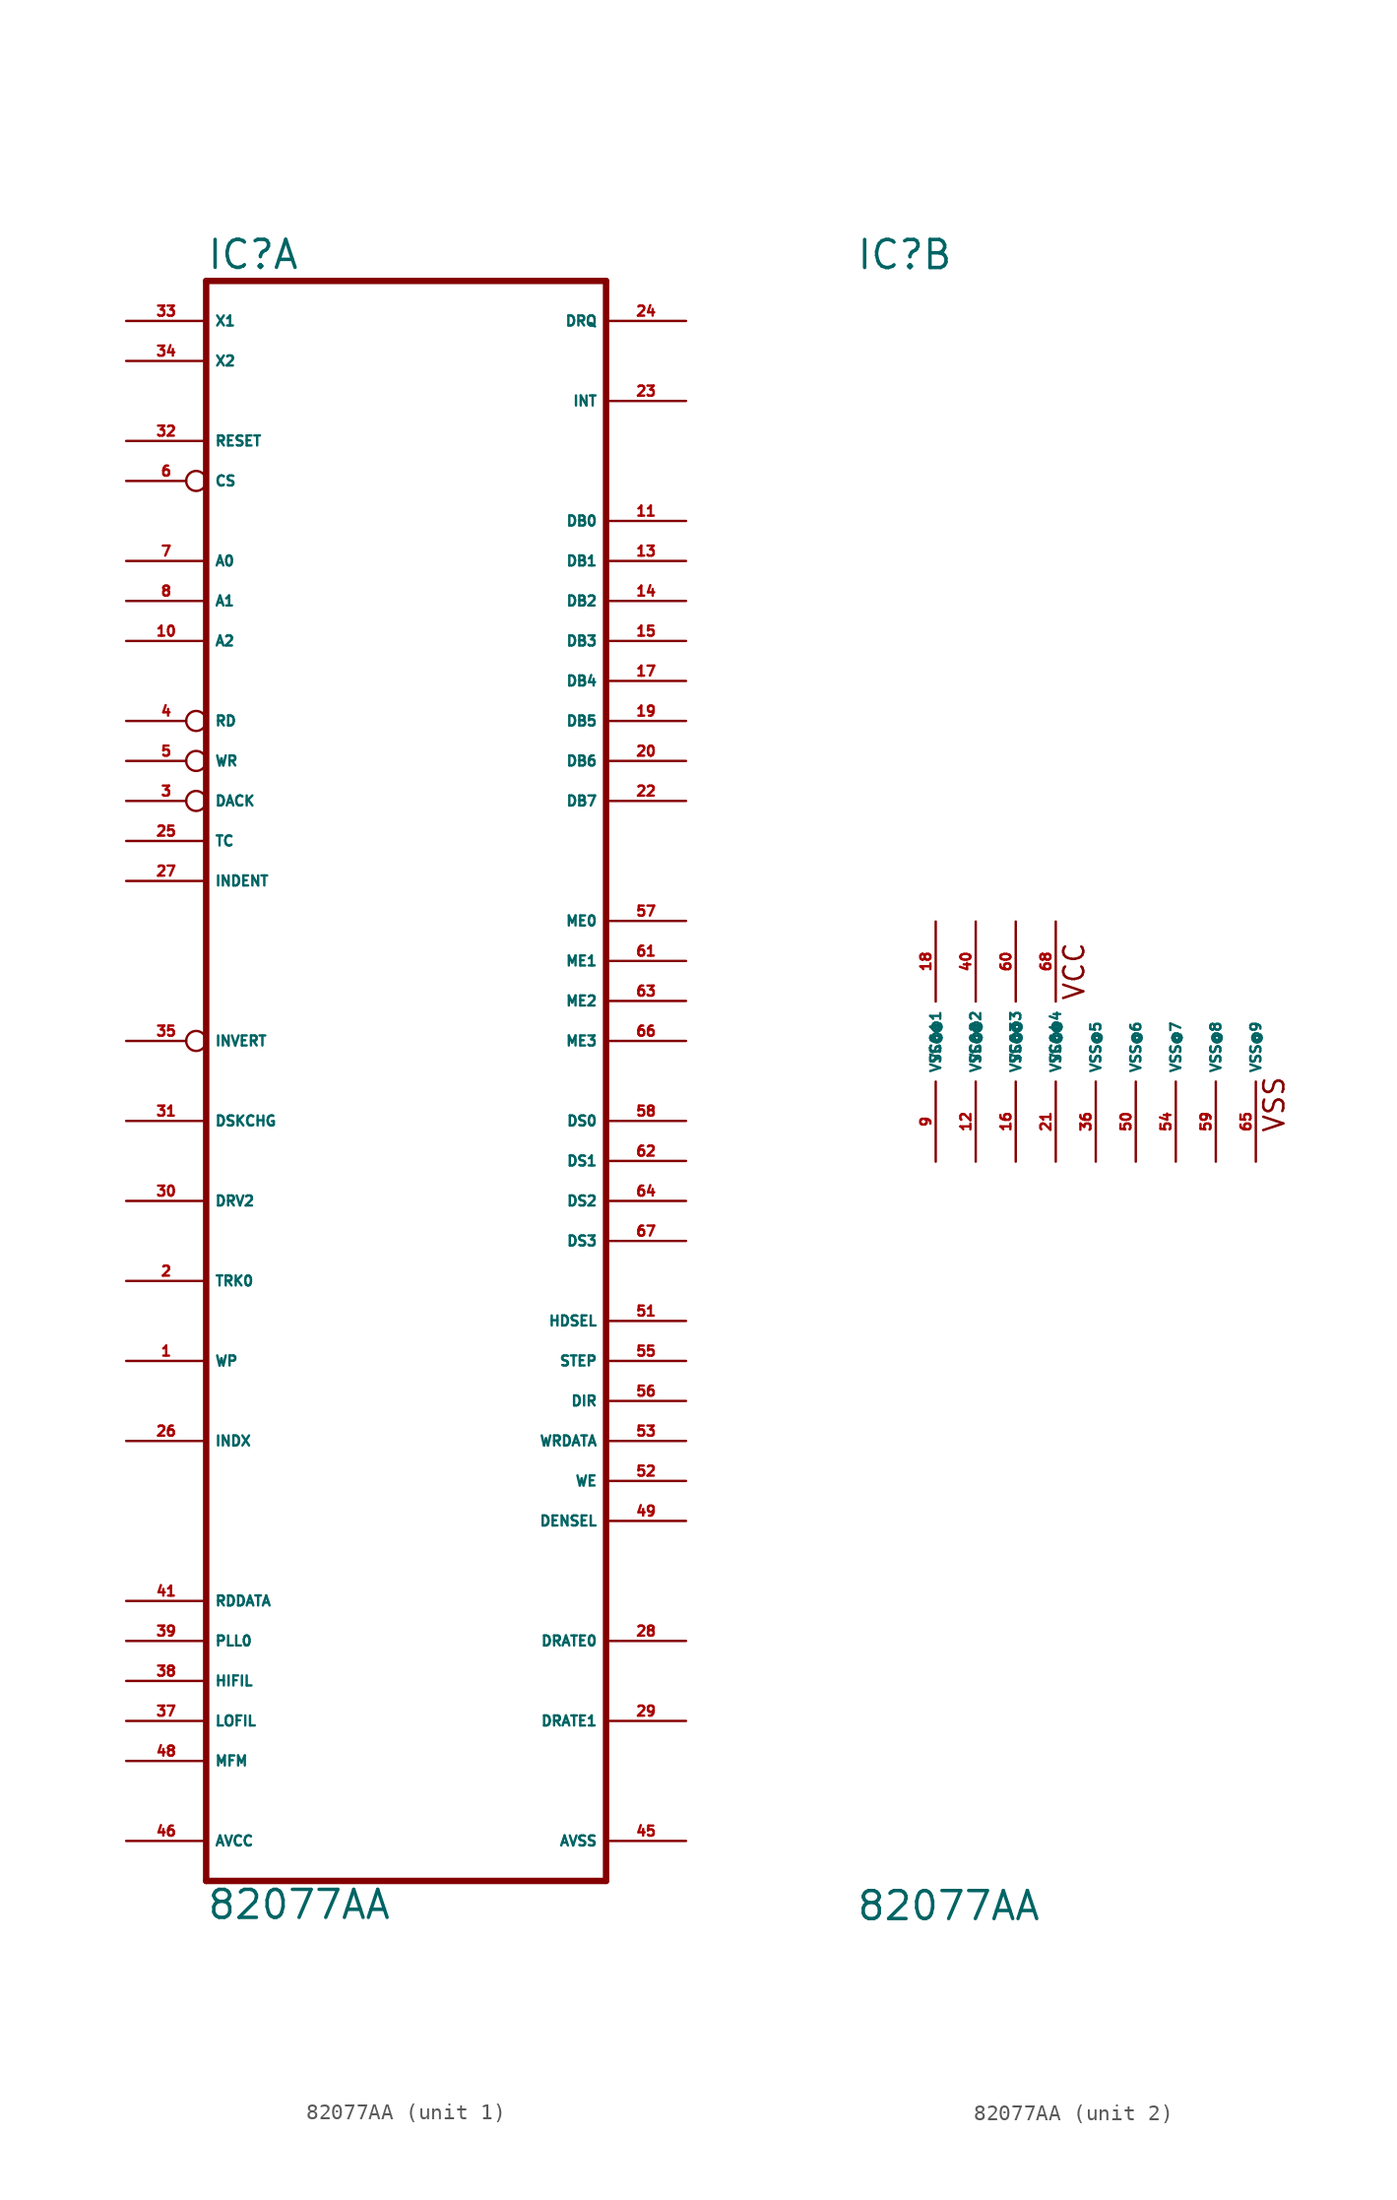
<source format=kicad_sym>
(kicad_symbol_lib
  (version 20220914)
  (generator Eagle2Kicad)
  (symbol "82077AA"
    (property "Reference" "IC"
      (at -12.7 48.895 0)
      (effects (font (size 1.778 1.778) (thickness 0.22)) (justify left bottom)))
    (property "Value" "82077AA"
      (at -12.7 -55.88 0)
      (effects (font (size 1.778 1.778) (thickness 0.22)) (justify left bottom)))
    (symbol "82077AA_1_0"
      (polyline (pts (xy -12.7 -53.34) (xy 12.7 -53.34)) (stroke (width 0.406) (type default)) (fill (type none)))
      (polyline (pts (xy 12.7 48.26) (xy 12.7 -53.34)) (stroke (width 0.406) (type default)) (fill (type none)))
      (polyline (pts (xy 12.7 48.26) (xy -12.7 48.26)) (stroke (width 0.406) (type default)) (fill (type none)))
      (polyline (pts (xy -12.7 -53.34) (xy -12.7 48.26)) (stroke (width 0.406) (type default)) (fill (type none)))
      (pin bidirectional line (at 17.78 33.02 180) (length 5.08) (name "DB0" (effects (font (size 0.635 0.635) (thickness 0.08)) (justify left bottom))) (number "11" (effects (font (size 0.635 0.635) (thickness 0.08)) (justify left bottom))))
      (pin bidirectional line (at 17.78 30.48 180) (length 5.08) (name "DB1" (effects (font (size 0.635 0.635) (thickness 0.08)) (justify left bottom))) (number "13" (effects (font (size 0.635 0.635) (thickness 0.08)) (justify left bottom))))
      (pin bidirectional line (at 17.78 27.94 180) (length 5.08) (name "DB2" (effects (font (size 0.635 0.635) (thickness 0.08)) (justify left bottom))) (number "14" (effects (font (size 0.635 0.635) (thickness 0.08)) (justify left bottom))))
      (pin bidirectional line (at 17.78 25.4 180) (length 5.08) (name "DB3" (effects (font (size 0.635 0.635) (thickness 0.08)) (justify left bottom))) (number "15" (effects (font (size 0.635 0.635) (thickness 0.08)) (justify left bottom))))
      (pin bidirectional line (at 17.78 22.86 180) (length 5.08) (name "DB4" (effects (font (size 0.635 0.635) (thickness 0.08)) (justify left bottom))) (number "17" (effects (font (size 0.635 0.635) (thickness 0.08)) (justify left bottom))))
      (pin bidirectional line (at 17.78 20.32 180) (length 5.08) (name "DB5" (effects (font (size 0.635 0.635) (thickness 0.08)) (justify left bottom))) (number "19" (effects (font (size 0.635 0.635) (thickness 0.08)) (justify left bottom))))
      (pin bidirectional line (at 17.78 17.78 180) (length 5.08) (name "DB6" (effects (font (size 0.635 0.635) (thickness 0.08)) (justify left bottom))) (number "20" (effects (font (size 0.635 0.635) (thickness 0.08)) (justify left bottom))))
      (pin bidirectional line (at 17.78 15.24 180) (length 5.08) (name "DB7" (effects (font (size 0.635 0.635) (thickness 0.08)) (justify left bottom))) (number "22" (effects (font (size 0.635 0.635) (thickness 0.08)) (justify left bottom))))
      (pin input line (at -17.78 38.1 0) (length 5.08) (name "RESET" (effects (font (size 0.635 0.635) (thickness 0.08)) (justify left bottom))) (number "32" (effects (font (size 0.635 0.635) (thickness 0.08)) (justify left bottom))))
      (pin input inverted (at -17.78 35.56 0) (length 5.08) (name "CS" (effects (font (size 0.635 0.635) (thickness 0.08)) (justify left bottom))) (number "6" (effects (font (size 0.635 0.635) (thickness 0.08)) (justify left bottom))))
      (pin input line (at -17.78 30.48 0) (length 5.08) (name "A0" (effects (font (size 0.635 0.635) (thickness 0.08)) (justify left bottom))) (number "7" (effects (font (size 0.635 0.635) (thickness 0.08)) (justify left bottom))))
      (pin input line (at -17.78 27.94 0) (length 5.08) (name "A1" (effects (font (size 0.635 0.635) (thickness 0.08)) (justify left bottom))) (number "8" (effects (font (size 0.635 0.635) (thickness 0.08)) (justify left bottom))))
      (pin input line (at -17.78 25.4 0) (length 5.08) (name "A2" (effects (font (size 0.635 0.635) (thickness 0.08)) (justify left bottom))) (number "10" (effects (font (size 0.635 0.635) (thickness 0.08)) (justify left bottom))))
      (pin input inverted (at -17.78 20.32 0) (length 5.08) (name "RD" (effects (font (size 0.635 0.635) (thickness 0.08)) (justify left bottom))) (number "4" (effects (font (size 0.635 0.635) (thickness 0.08)) (justify left bottom))))
      (pin input inverted (at -17.78 17.78 0) (length 5.08) (name "WR" (effects (font (size 0.635 0.635) (thickness 0.08)) (justify left bottom))) (number "5" (effects (font (size 0.635 0.635) (thickness 0.08)) (justify left bottom))))
      (pin input inverted (at -17.78 15.24 0) (length 5.08) (name "DACK" (effects (font (size 0.635 0.635) (thickness 0.08)) (justify left bottom))) (number "3" (effects (font (size 0.635 0.635) (thickness 0.08)) (justify left bottom))))
      (pin input line (at -17.78 12.7 0) (length 5.08) (name "TC" (effects (font (size 0.635 0.635) (thickness 0.08)) (justify left bottom))) (number "25" (effects (font (size 0.635 0.635) (thickness 0.08)) (justify left bottom))))
      (pin output line (at 17.78 45.72 180) (length 5.08) (name "DRQ" (effects (font (size 0.635 0.635) (thickness 0.08)) (justify left bottom))) (number "24" (effects (font (size 0.635 0.635) (thickness 0.08)) (justify left bottom))))
      (pin output line (at 17.78 40.64 180) (length 5.08) (name "INT" (effects (font (size 0.635 0.635) (thickness 0.08)) (justify left bottom))) (number "23" (effects (font (size 0.635 0.635) (thickness 0.08)) (justify left bottom))))
      (pin input line (at -17.78 10.16 0) (length 5.08) (name "INDENT" (effects (font (size 0.635 0.635) (thickness 0.08)) (justify left bottom))) (number "27" (effects (font (size 0.635 0.635) (thickness 0.08)) (justify left bottom))))
      (pin input inverted (at -17.78 0 0) (length 5.08) (name "INVERT" (effects (font (size 0.635 0.635) (thickness 0.08)) (justify left bottom))) (number "35" (effects (font (size 0.635 0.635) (thickness 0.08)) (justify left bottom))))
      (pin output line (at 17.78 7.62 180) (length 5.08) (name "ME0" (effects (font (size 0.635 0.635) (thickness 0.08)) (justify left bottom))) (number "57" (effects (font (size 0.635 0.635) (thickness 0.08)) (justify left bottom))))
      (pin output line (at 17.78 5.08 180) (length 5.08) (name "ME1" (effects (font (size 0.635 0.635) (thickness 0.08)) (justify left bottom))) (number "61" (effects (font (size 0.635 0.635) (thickness 0.08)) (justify left bottom))))
      (pin output line (at 17.78 2.54 180) (length 5.08) (name "ME2" (effects (font (size 0.635 0.635) (thickness 0.08)) (justify left bottom))) (number "63" (effects (font (size 0.635 0.635) (thickness 0.08)) (justify left bottom))))
      (pin output line (at 17.78 0 180) (length 5.08) (name "ME3" (effects (font (size 0.635 0.635) (thickness 0.08)) (justify left bottom))) (number "66" (effects (font (size 0.635 0.635) (thickness 0.08)) (justify left bottom))))
      (pin output line (at 17.78 -5.08 180) (length 5.08) (name "DS0" (effects (font (size 0.635 0.635) (thickness 0.08)) (justify left bottom))) (number "58" (effects (font (size 0.635 0.635) (thickness 0.08)) (justify left bottom))))
      (pin output line (at 17.78 -7.62 180) (length 5.08) (name "DS1" (effects (font (size 0.635 0.635) (thickness 0.08)) (justify left bottom))) (number "62" (effects (font (size 0.635 0.635) (thickness 0.08)) (justify left bottom))))
      (pin output line (at 17.78 -10.16 180) (length 5.08) (name "DS2" (effects (font (size 0.635 0.635) (thickness 0.08)) (justify left bottom))) (number "64" (effects (font (size 0.635 0.635) (thickness 0.08)) (justify left bottom))))
      (pin output line (at 17.78 -12.7 180) (length 5.08) (name "DS3" (effects (font (size 0.635 0.635) (thickness 0.08)) (justify left bottom))) (number "67" (effects (font (size 0.635 0.635) (thickness 0.08)) (justify left bottom))))
      (pin output line (at 17.78 -17.78 180) (length 5.08) (name "HDSEL" (effects (font (size 0.635 0.635) (thickness 0.08)) (justify left bottom))) (number "51" (effects (font (size 0.635 0.635) (thickness 0.08)) (justify left bottom))))
      (pin output line (at 17.78 -20.32 180) (length 5.08) (name "STEP" (effects (font (size 0.635 0.635) (thickness 0.08)) (justify left bottom))) (number "55" (effects (font (size 0.635 0.635) (thickness 0.08)) (justify left bottom))))
      (pin output line (at 17.78 -22.86 180) (length 5.08) (name "DIR" (effects (font (size 0.635 0.635) (thickness 0.08)) (justify left bottom))) (number "56" (effects (font (size 0.635 0.635) (thickness 0.08)) (justify left bottom))))
      (pin output line (at 17.78 -25.4 180) (length 5.08) (name "WRDATA" (effects (font (size 0.635 0.635) (thickness 0.08)) (justify left bottom))) (number "53" (effects (font (size 0.635 0.635) (thickness 0.08)) (justify left bottom))))
      (pin output line (at 17.78 -27.94 180) (length 5.08) (name "WE" (effects (font (size 0.635 0.635) (thickness 0.08)) (justify left bottom))) (number "52" (effects (font (size 0.635 0.635) (thickness 0.08)) (justify left bottom))))
      (pin output line (at 17.78 -30.48 180) (length 5.08) (name "DENSEL" (effects (font (size 0.635 0.635) (thickness 0.08)) (justify left bottom))) (number "49" (effects (font (size 0.635 0.635) (thickness 0.08)) (justify left bottom))))
      (pin input line (at -17.78 -5.08 0) (length 5.08) (name "DSKCHG" (effects (font (size 0.635 0.635) (thickness 0.08)) (justify left bottom))) (number "31" (effects (font (size 0.635 0.635) (thickness 0.08)) (justify left bottom))))
      (pin input line (at -17.78 -10.16 0) (length 5.08) (name "DRV2" (effects (font (size 0.635 0.635) (thickness 0.08)) (justify left bottom))) (number "30" (effects (font (size 0.635 0.635) (thickness 0.08)) (justify left bottom))))
      (pin input line (at -17.78 -15.24 0) (length 5.08) (name "TRK0" (effects (font (size 0.635 0.635) (thickness 0.08)) (justify left bottom))) (number "2" (effects (font (size 0.635 0.635) (thickness 0.08)) (justify left bottom))))
      (pin input line (at -17.78 -20.32 0) (length 5.08) (name "WP" (effects (font (size 0.635 0.635) (thickness 0.08)) (justify left bottom))) (number "1" (effects (font (size 0.635 0.635) (thickness 0.08)) (justify left bottom))))
      (pin input line (at -17.78 -25.4 0) (length 5.08) (name "INDX" (effects (font (size 0.635 0.635) (thickness 0.08)) (justify left bottom))) (number "26" (effects (font (size 0.635 0.635) (thickness 0.08)) (justify left bottom))))
      (pin input line (at -17.78 -35.56 0) (length 5.08) (name "RDDATA" (effects (font (size 0.635 0.635) (thickness 0.08)) (justify left bottom))) (number "41" (effects (font (size 0.635 0.635) (thickness 0.08)) (justify left bottom))))
      (pin bidirectional line (at -17.78 -40.64 0) (length 5.08) (name "HIFIL" (effects (font (size 0.635 0.635) (thickness 0.08)) (justify left bottom))) (number "38" (effects (font (size 0.635 0.635) (thickness 0.08)) (justify left bottom))))
      (pin bidirectional line (at -17.78 -43.18 0) (length 5.08) (name "LOFIL" (effects (font (size 0.635 0.635) (thickness 0.08)) (justify left bottom))) (number "37" (effects (font (size 0.635 0.635) (thickness 0.08)) (justify left bottom))))
      (pin bidirectional line (at -17.78 -45.72 0) (length 5.08) (name "MFM" (effects (font (size 0.635 0.635) (thickness 0.08)) (justify left bottom))) (number "48" (effects (font (size 0.635 0.635) (thickness 0.08)) (justify left bottom))))
      (pin input line (at -17.78 -38.1 0) (length 5.08) (name "PLL0" (effects (font (size 0.635 0.635) (thickness 0.08)) (justify left bottom))) (number "39" (effects (font (size 0.635 0.635) (thickness 0.08)) (justify left bottom))))
      (pin output line (at 17.78 -38.1 180) (length 5.08) (name "DRATE0" (effects (font (size 0.635 0.635) (thickness 0.08)) (justify left bottom))) (number "28" (effects (font (size 0.635 0.635) (thickness 0.08)) (justify left bottom))))
      (pin output line (at 17.78 -43.18 180) (length 5.08) (name "DRATE1" (effects (font (size 0.635 0.635) (thickness 0.08)) (justify left bottom))) (number "29" (effects (font (size 0.635 0.635) (thickness 0.08)) (justify left bottom))))
      (pin unspecified line (at -17.78 -50.8 0) (length 5.08) (name "AVCC" (effects (font (size 0.635 0.635) (thickness 0.08)) (justify left bottom))) (number "46" (effects (font (size 0.635 0.635) (thickness 0.08)) (justify left bottom))))
      (pin unspecified line (at 17.78 -50.8 180) (length 5.08) (name "AVSS" (effects (font (size 0.635 0.635) (thickness 0.08)) (justify left bottom))) (number "45" (effects (font (size 0.635 0.635) (thickness 0.08)) (justify left bottom))))
      (pin input line (at -17.78 45.72 0) (length 5.08) (name "X1" (effects (font (size 0.635 0.635) (thickness 0.08)) (justify left bottom))) (number "33" (effects (font (size 0.635 0.635) (thickness 0.08)) (justify left bottom))))
      (pin input line (at -17.78 43.18 0) (length 5.08) (name "X2" (effects (font (size 0.635 0.635) (thickness 0.08)) (justify left bottom))) (number "34" (effects (font (size 0.635 0.635) (thickness 0.08)) (justify left bottom)))))
    (symbol "82077AA_2_0"
      (text "VCC" (at 1.905 2.54 900) (effects (font (size 1.27 1.27) (thickness 0.16)) (justify left bottom)))
      (text "VSS" (at 14.605 -5.842 900) (effects (font (size 1.27 1.27) (thickness 0.16)) (justify left bottom)))
      (pin unspecified line (at -7.62 7.62 270) (length 5.08) (name "VCC@1" (effects (font (size 0.635 0.635) (thickness 0.08)) (justify left bottom))) (number "18" (effects (font (size 0.635 0.635) (thickness 0.08)) (justify left bottom))))
      (pin unspecified line (at -5.08 7.62 270) (length 5.08) (name "VCC@2" (effects (font (size 0.635 0.635) (thickness 0.08)) (justify left bottom))) (number "40" (effects (font (size 0.635 0.635) (thickness 0.08)) (justify left bottom))))
      (pin unspecified line (at -2.54 7.62 270) (length 5.08) (name "VCC@3" (effects (font (size 0.635 0.635) (thickness 0.08)) (justify left bottom))) (number "60" (effects (font (size 0.635 0.635) (thickness 0.08)) (justify left bottom))))
      (pin unspecified line (at 0 7.62 270) (length 5.08) (name "VCC@4" (effects (font (size 0.635 0.635) (thickness 0.08)) (justify left bottom))) (number "68" (effects (font (size 0.635 0.635) (thickness 0.08)) (justify left bottom))))
      (pin unspecified line (at -2.54 -7.62 90) (length 5.08) (name "VSS@3" (effects (font (size 0.635 0.635) (thickness 0.08)) (justify left bottom))) (number "16" (effects (font (size 0.635 0.635) (thickness 0.08)) (justify left bottom))))
      (pin unspecified line (at 0 -7.62 90) (length 5.08) (name "VSS@4" (effects (font (size 0.635 0.635) (thickness 0.08)) (justify left bottom))) (number "21" (effects (font (size 0.635 0.635) (thickness 0.08)) (justify left bottom))))
      (pin unspecified line (at 2.54 -7.62 90) (length 5.08) (name "VSS@5" (effects (font (size 0.635 0.635) (thickness 0.08)) (justify left bottom))) (number "36" (effects (font (size 0.635 0.635) (thickness 0.08)) (justify left bottom))))
      (pin unspecified line (at 5.08 -7.62 90) (length 5.08) (name "VSS@6" (effects (font (size 0.635 0.635) (thickness 0.08)) (justify left bottom))) (number "50" (effects (font (size 0.635 0.635) (thickness 0.08)) (justify left bottom))))
      (pin unspecified line (at 7.62 -7.62 90) (length 5.08) (name "VSS@7" (effects (font (size 0.635 0.635) (thickness 0.08)) (justify left bottom))) (number "54" (effects (font (size 0.635 0.635) (thickness 0.08)) (justify left bottom))))
      (pin unspecified line (at -5.08 -7.62 90) (length 5.08) (name "VSS@2" (effects (font (size 0.635 0.635) (thickness 0.08)) (justify left bottom))) (number "12" (effects (font (size 0.635 0.635) (thickness 0.08)) (justify left bottom))))
      (pin unspecified line (at -7.62 -7.62 90) (length 5.08) (name "VSS@1" (effects (font (size 0.635 0.635) (thickness 0.08)) (justify left bottom))) (number "9" (effects (font (size 0.635 0.635) (thickness 0.08)) (justify left bottom))))
      (pin unspecified line (at 10.16 -7.62 90) (length 5.08) (name "VSS@8" (effects (font (size 0.635 0.635) (thickness 0.08)) (justify left bottom))) (number "59" (effects (font (size 0.635 0.635) (thickness 0.08)) (justify left bottom))))
      (pin unspecified line (at 12.7 -7.62 90) (length 5.08) (name "VSS@9" (effects (font (size 0.635 0.635) (thickness 0.08)) (justify left bottom))) (number "65" (effects (font (size 0.635 0.635) (thickness 0.08)) (justify left bottom)))))))
</source>
